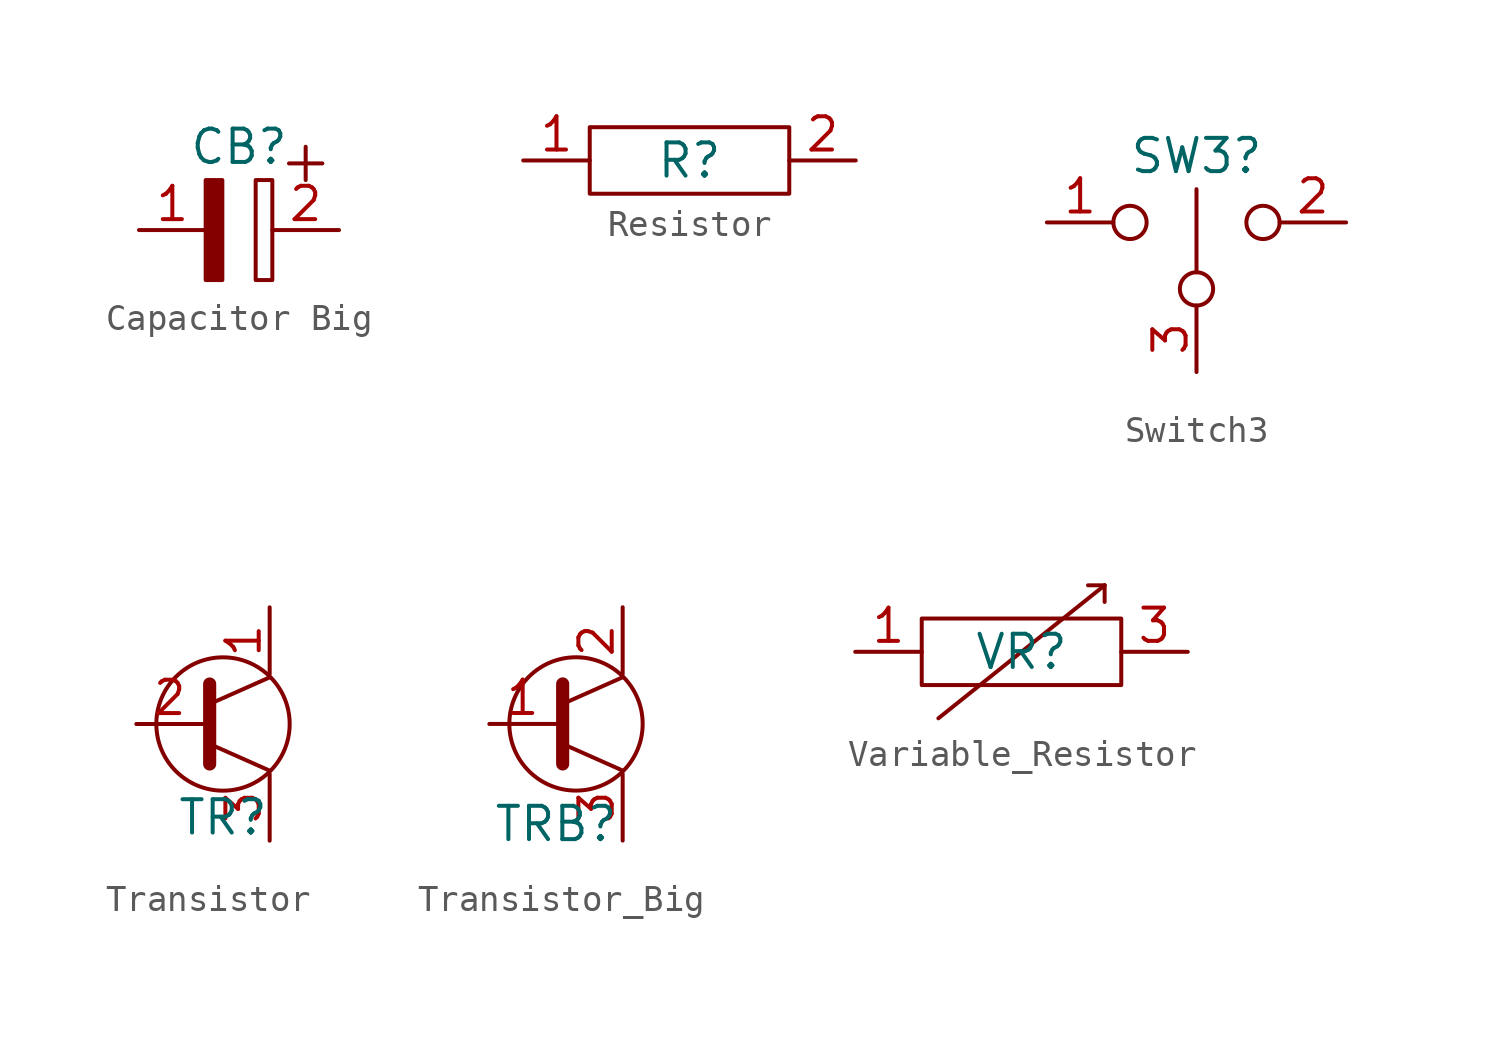
<source format=kicad_sym>
(kicad_symbol_lib
  (version 20220914)
  (generator kicad_symbol_editor)
  (symbol "Capacitor Big"
    (property "Reference" "CB"
      (at 0 3.175 0)
      (effects (font (size 1.27 1.27))))
    (property "Value" ""
      (at 0 0 0)
      (effects (font (size 1.27 1.27))))
    (symbol "Capacitor Big_1_1"
      (rectangle (start -1.27 1.905) (end -0.635 -1.905) (stroke (width 0) (type default)) (fill (type outline)))
      (polyline (pts (xy 1.905 2.54) (xy 3.175 2.54)) (stroke (width 0) (type default)) (fill (type none)))
      (polyline (pts (xy 2.54 3.175) (xy 2.54 1.905)) (stroke (width 0) (type default)) (fill (type none)))
      (rectangle (start 0.635 1.905) (end 1.27 -1.905) (stroke (width 0) (type default)) (fill (type none)))
      (pin bidirectional line (at -3.81 0 0) (length 2.54) (name "" (effects (font (size 1.27 1.27)))) (number "1" (effects (font (size 1.27 1.27)))))
      (pin bidirectional line (at 3.81 0 180) (length 2.54) (name "" (effects (font (size 1.27 1.27)))) (number "2" (effects (font (size 1.27 1.27)))))))
  (symbol "Resistor"
    (property "Reference" "R"
      (at 0 0 0)
      (effects (font (size 1.27 1.27))))
    (property "Value" ""
      (at 0 0 0)
      (effects (font (size 1.27 1.27))))
    (symbol "Resistor_0_1"
      (rectangle (start -3.81 1.27) (end 3.81 -1.27) (stroke (width 0) (type default)) (fill (type none))))
    (symbol "Resistor_1_1"
      (pin passive line (at -6.35 0 0) (length 2.54) (name "" (effects (font (size 1.27 1.27)))) (number "1" (effects (font (size 1.27 1.27)))))
      (pin passive line (at 6.35 0 180) (length 2.54) (name "" (effects (font (size 1.27 1.27)))) (number "2" (effects (font (size 1.27 1.27)))))))
  (symbol "Switch3"
    (property "Reference" "SW3"
      (at 0 2.54 0)
      (effects (font (size 1.27 1.27))))
    (property "Value" ""
      (at 0 0 0)
      (effects (font (size 1.27 1.27))))
    (symbol "Switch3_0_1"
      (circle (center -2.54 0) (radius 0.635) (stroke (width 0) (type default)) (fill (type none)))
      (circle (center 0 -2.54) (radius 0.635) (stroke (width 0) (type default)) (fill (type none)))
      (polyline (pts (xy 0 -1.905) (xy 0 1.27)) (stroke (width 0) (type default)) (fill (type none)))
      (circle (center 2.54 0) (radius 0.635) (stroke (width 0) (type default)) (fill (type none))))
    (symbol "Switch3_1_1"
      (pin passive line (at -5.715 0 0) (length 2.54) (name "" (effects (font (size 1.27 1.27)))) (number "1" (effects (font (size 1.27 1.27)))))
      (pin passive line (at 5.715 0 180) (length 2.54) (name "" (effects (font (size 1.27 1.27)))) (number "2" (effects (font (size 1.27 1.27)))))
      (pin passive line (at 0 -5.715 90) (length 2.54) (name "" (effects (font (size 1.27 1.27)))) (number "3" (effects (font (size 1.27 1.27)))))))
  (symbol "Transistor"
    (property "Reference" "TR"
      (at -0.508 -3.556 0)
      (effects (font (size 1.27 1.27))))
    (property "Value" ""
      (at -0.508 0 0)
      (effects (font (size 1.27 1.27))))
    (symbol "Transistor_0_1"
      (circle (center -0.508 0) (radius 2.54) (stroke (width 0) (type default)) (fill (type none)))
      (polyline (pts (xy 1.27 -1.778) (xy -1.016 -0.762)) (stroke (width 0) (type default)) (fill (type none)))
      (polyline (pts (xy 1.27 1.778) (xy -1.016 0.762)) (stroke (width 0) (type default)) (fill (type none))))
    (symbol "Transistor_1_1"
      (polyline (pts (xy -1.016 -1.524) (xy -1.016 1.524)) (stroke (width 0.5) (type default)) (fill (type none)))
      (pin open_collector line (at 1.27 4.445 270) (length 2.54) (name "" (effects (font (size 1.27 1.27)))) (number "1" (effects (font (size 1.27 1.27)))))
      (pin input line (at -3.81 0 0) (length 2.54) (name "" (effects (font (size 1.27 1.27)))) (number "2" (effects (font (size 1.27 1.27)))))
      (pin open_emitter line (at 1.27 -4.445 90) (length 2.54) (name "" (effects (font (size 1.27 1.27)))) (number "3" (effects (font (size 1.27 1.27)))))))
  (symbol "Transistor_Big"
    (property "Reference" "TRB"
      (at -1.27 -3.81 0)
      (effects (font (size 1.27 1.27))))
    (property "Value" ""
      (at 0 0 0)
      (effects (font (size 1.27 1.27))))
    (symbol "Transistor_Big_0_1"
      (circle (center -0.508 0) (radius 2.54) (stroke (width 0) (type default)) (fill (type none)))
      (polyline (pts (xy 1.27 -1.778) (xy -1.016 -0.762)) (stroke (width 0) (type default)) (fill (type none)))
      (polyline (pts (xy 1.27 1.778) (xy -1.016 0.762)) (stroke (width 0) (type default)) (fill (type none))))
    (symbol "Transistor_Big_1_1"
      (polyline (pts (xy -1.016 -1.524) (xy -1.016 1.524)) (stroke (width 0.5) (type default)) (fill (type none)))
      (pin input line (at -3.81 0 0) (length 2.54) (name "" (effects (font (size 1.27 1.27)))) (number "1" (effects (font (size 1.27 1.27)))))
      (pin open_collector line (at 1.27 4.445 270) (length 2.54) (name "" (effects (font (size 1.27 1.27)))) (number "2" (effects (font (size 1.27 1.27)))))
      (pin open_emitter line (at 1.27 -4.445 90) (length 2.54) (name "" (effects (font (size 1.27 1.27)))) (number "3" (effects (font (size 1.27 1.27)))))))
  (symbol "Variable_Resistor"
    (property "Reference" "VR"
      (at 0 0 0)
      (effects (font (size 1.27 1.27))))
    (property "Value" ""
      (at 0 0 0)
      (effects (font (size 1.27 1.27))))
    (symbol "Variable_Resistor_0_1"
      (rectangle (start -3.81 1.27) (end 3.81 -1.27) (stroke (width 0) (type default)) (fill (type none)))
      (polyline (pts (xy -3.175 -2.54) (xy 3.175 2.54)) (stroke (width 0) (type default)) (fill (type none)))
      (polyline (pts (xy 3.175 2.54) (xy 2.54 2.54)) (stroke (width 0) (type default)) (fill (type none)))
      (polyline (pts (xy 3.175 2.54) (xy 3.175 1.905)) (stroke (width 0) (type default)) (fill (type none))))
    (symbol "Variable_Resistor_1_1"
      (pin passive line (at -6.35 0 0) (length 2.54) (name "" (effects (font (size 1.27 1.27)))) (number "1" (effects (font (size 1.27 1.27)))))
      (pin passive line (at 6.35 0 180) (length 2.54) (name "" (effects (font (size 1.27 1.27)))) (number "3" (effects (font (size 1.27 1.27))))))))
</source>
